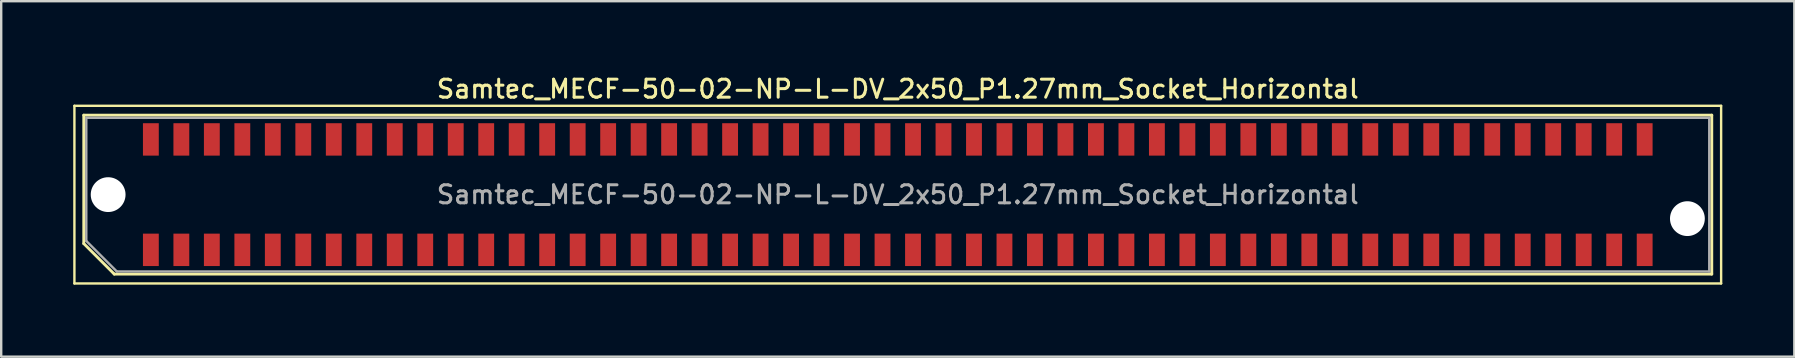
<source format=kicad_pcb>
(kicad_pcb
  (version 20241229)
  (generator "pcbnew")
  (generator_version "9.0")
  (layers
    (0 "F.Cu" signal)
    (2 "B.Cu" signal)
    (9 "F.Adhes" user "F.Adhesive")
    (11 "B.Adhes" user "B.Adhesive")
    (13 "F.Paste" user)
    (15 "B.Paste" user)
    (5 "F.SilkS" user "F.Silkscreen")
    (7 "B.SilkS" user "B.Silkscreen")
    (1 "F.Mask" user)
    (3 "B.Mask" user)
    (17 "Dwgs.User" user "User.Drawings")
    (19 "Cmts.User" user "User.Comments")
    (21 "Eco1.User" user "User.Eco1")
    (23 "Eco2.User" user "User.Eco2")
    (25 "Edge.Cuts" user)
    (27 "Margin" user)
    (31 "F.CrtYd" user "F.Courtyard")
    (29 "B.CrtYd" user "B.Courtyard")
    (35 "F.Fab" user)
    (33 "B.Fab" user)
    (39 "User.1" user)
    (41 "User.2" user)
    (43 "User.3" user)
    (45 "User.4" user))
  (footprint "Samtec_MECF-50-02-NP-L-DV_2x50_P1.27mm_Socket_Horizontal"
    (layer "F.Cu")
    (at 34.35 5.058)
    (property "Reference" "Samtec_MECF-50-02-NP-L-DV_2x50_P1.27mm_Socket_Horizontal" (at 0 -4.4 0) (layer "F.SilkS") (effects (font (size 0.75 0.75) (thickness 0.125))))
    (attr smd)
    (fp_line (start -34.3 -3.7) (end -34.3 3.7) (stroke (width 0.1) (type solid)) (layer "F.SilkS"))
    (fp_line (start -34.3 3.7) (end 34.3 3.7) (stroke (width 0.1) (type solid)) (layer "F.SilkS"))
    (fp_line (start -33.91 -3.31) (end 33.91 -3.31) (stroke (width 0.12) (type solid)) (layer "F.SilkS"))
    (fp_line (start -33.91 2.04) (end -33.91 -3.31) (stroke (width 0.12) (type solid)) (layer "F.SilkS"))
    (fp_line (start -32.64 3.31) (end -33.91 2.04) (stroke (width 0.12) (type solid)) (layer "F.SilkS"))
    (fp_line (start -32.64 3.31) (end 33.91 3.31) (stroke (width 0.12) (type solid)) (layer "F.SilkS"))
    (fp_line (start 33.91 3.31) (end 33.91 -3.31) (stroke (width 0.12) (type solid)) (layer "F.SilkS"))
    (fp_line (start 34.3 -3.7) (end -34.3 -3.7) (stroke (width 0.1) (type solid)) (layer "F.SilkS"))
    (fp_line (start 34.3 3.7) (end 34.3 -3.7) (stroke (width 0.1) (type solid)) (layer "F.SilkS"))
    (fp_line (start -33.805 -3.2) (end 33.805 -3.2) (stroke (width 0.1) (type solid)) (layer "F.Fab"))
    (fp_line (start -33.805 1.93) (end -33.805 -3.2) (stroke (width 0.1) (type solid)) (layer "F.Fab"))
    (fp_line (start -33.805 1.93) (end -32.535 3.2) (stroke (width 0.1) (type solid)) (layer "F.Fab"))
    (fp_line (start -32.535 3.2) (end 33.805 3.2) (stroke (width 0.1) (type solid)) (layer "F.Fab"))
    (fp_line (start 33.805 3.2) (end 33.805 -3.2) (stroke (width 0.1) (type solid)) (layer "F.Fab"))
    (fp_text user "${REFERENCE}" (at 0 0 0) (layer "F.Fab") (effects (font (size 0.75 0.75) (thickness 0.125))))
    (pad "" np_thru_hole circle (at -32.895 0) (size 1.45 1.45) (drill 1.45) (layers "*.Cu" "*.Mask"))
    (pad "" np_thru_hole circle (at 32.895 1) (size 1.45 1.45) (drill 1.45) (layers "*.Cu" "*.Mask"))
    (pad "1" smd rect (at -31.115 2.3) (size 0.66 1.35) (layers "F.Cu" "F.Mask" "F.Paste"))
    (pad "2" smd rect (at -31.115 -2.3) (size 0.66 1.35) (layers "F.Cu" "F.Mask" "F.Paste"))
    (pad "3" smd rect (at -29.845 2.3) (size 0.66 1.35) (layers "F.Cu" "F.Mask" "F.Paste"))
    (pad "4" smd rect (at -29.845 -2.3) (size 0.66 1.35) (layers "F.Cu" "F.Mask" "F.Paste"))
    (pad "5" smd rect (at -28.575 2.3) (size 0.66 1.35) (layers "F.Cu" "F.Mask" "F.Paste"))
    (pad "6" smd rect (at -28.575 -2.3) (size 0.66 1.35) (layers "F.Cu" "F.Mask" "F.Paste"))
    (pad "7" smd rect (at -27.305 2.3) (size 0.66 1.35) (layers "F.Cu" "F.Mask" "F.Paste"))
    (pad "8" smd rect (at -27.305 -2.3) (size 0.66 1.35) (layers "F.Cu" "F.Mask" "F.Paste"))
    (pad "9" smd rect (at -26.035 2.3) (size 0.66 1.35) (layers "F.Cu" "F.Mask" "F.Paste"))
    (pad "10" smd rect (at -26.035 -2.3) (size 0.66 1.35) (layers "F.Cu" "F.Mask" "F.Paste"))
    (pad "11" smd rect (at -24.765 2.3) (size 0.66 1.35) (layers "F.Cu" "F.Mask" "F.Paste"))
    (pad "12" smd rect (at -24.765 -2.3) (size 0.66 1.35) (layers "F.Cu" "F.Mask" "F.Paste"))
    (pad "13" smd rect (at -23.495 2.3) (size 0.66 1.35) (layers "F.Cu" "F.Mask" "F.Paste"))
    (pad "14" smd rect (at -23.495 -2.3) (size 0.66 1.35) (layers "F.Cu" "F.Mask" "F.Paste"))
    (pad "15" smd rect (at -22.225 2.3) (size 0.66 1.35) (layers "F.Cu" "F.Mask" "F.Paste"))
    (pad "16" smd rect (at -22.225 -2.3) (size 0.66 1.35) (layers "F.Cu" "F.Mask" "F.Paste"))
    (pad "17" smd rect (at -20.955 2.3) (size 0.66 1.35) (layers "F.Cu" "F.Mask" "F.Paste"))
    (pad "18" smd rect (at -20.955 -2.3) (size 0.66 1.35) (layers "F.Cu" "F.Mask" "F.Paste"))
    (pad "19" smd rect (at -19.685 2.3) (size 0.66 1.35) (layers "F.Cu" "F.Mask" "F.Paste"))
    (pad "20" smd rect (at -19.685 -2.3) (size 0.66 1.35) (layers "F.Cu" "F.Mask" "F.Paste"))
    (pad "21" smd rect (at -18.415 2.3) (size 0.66 1.35) (layers "F.Cu" "F.Mask" "F.Paste"))
    (pad "22" smd rect (at -18.415 -2.3) (size 0.66 1.35) (layers "F.Cu" "F.Mask" "F.Paste"))
    (pad "23" smd rect (at -17.145 2.3) (size 0.66 1.35) (layers "F.Cu" "F.Mask" "F.Paste"))
    (pad "24" smd rect (at -17.145 -2.3) (size 0.66 1.35) (layers "F.Cu" "F.Mask" "F.Paste"))
    (pad "25" smd rect (at -15.875 2.3) (size 0.66 1.35) (layers "F.Cu" "F.Mask" "F.Paste"))
    (pad "26" smd rect (at -15.875 -2.3) (size 0.66 1.35) (layers "F.Cu" "F.Mask" "F.Paste"))
    (pad "27" smd rect (at -14.605 2.3) (size 0.66 1.35) (layers "F.Cu" "F.Mask" "F.Paste"))
    (pad "28" smd rect (at -14.605 -2.3) (size 0.66 1.35) (layers "F.Cu" "F.Mask" "F.Paste"))
    (pad "29" smd rect (at -13.335 2.3) (size 0.66 1.35) (layers "F.Cu" "F.Mask" "F.Paste"))
    (pad "30" smd rect (at -13.335 -2.3) (size 0.66 1.35) (layers "F.Cu" "F.Mask" "F.Paste"))
    (pad "31" smd rect (at -12.065 2.3) (size 0.66 1.35) (layers "F.Cu" "F.Mask" "F.Paste"))
    (pad "32" smd rect (at -12.065 -2.3) (size 0.66 1.35) (layers "F.Cu" "F.Mask" "F.Paste"))
    (pad "33" smd rect (at -10.795 2.3) (size 0.66 1.35) (layers "F.Cu" "F.Mask" "F.Paste"))
    (pad "34" smd rect (at -10.795 -2.3) (size 0.66 1.35) (layers "F.Cu" "F.Mask" "F.Paste"))
    (pad "35" smd rect (at -9.525 2.3) (size 0.66 1.35) (layers "F.Cu" "F.Mask" "F.Paste"))
    (pad "36" smd rect (at -9.525 -2.3) (size 0.66 1.35) (layers "F.Cu" "F.Mask" "F.Paste"))
    (pad "37" smd rect (at -8.255 2.3) (size 0.66 1.35) (layers "F.Cu" "F.Mask" "F.Paste"))
    (pad "38" smd rect (at -8.255 -2.3) (size 0.66 1.35) (layers "F.Cu" "F.Mask" "F.Paste"))
    (pad "39" smd rect (at -6.985 2.3) (size 0.66 1.35) (layers "F.Cu" "F.Mask" "F.Paste"))
    (pad "40" smd rect (at -6.985 -2.3) (size 0.66 1.35) (layers "F.Cu" "F.Mask" "F.Paste"))
    (pad "41" smd rect (at -5.715 2.3) (size 0.66 1.35) (layers "F.Cu" "F.Mask" "F.Paste"))
    (pad "42" smd rect (at -5.715 -2.3) (size 0.66 1.35) (layers "F.Cu" "F.Mask" "F.Paste"))
    (pad "43" smd rect (at -4.445 2.3) (size 0.66 1.35) (layers "F.Cu" "F.Mask" "F.Paste"))
    (pad "44" smd rect (at -4.445 -2.3) (size 0.66 1.35) (layers "F.Cu" "F.Mask" "F.Paste"))
    (pad "45" smd rect (at -3.175 2.3) (size 0.66 1.35) (layers "F.Cu" "F.Mask" "F.Paste"))
    (pad "46" smd rect (at -3.175 -2.3) (size 0.66 1.35) (layers "F.Cu" "F.Mask" "F.Paste"))
    (pad "47" smd rect (at -1.905 2.3) (size 0.66 1.35) (layers "F.Cu" "F.Mask" "F.Paste"))
    (pad "48" smd rect (at -1.905 -2.3) (size 0.66 1.35) (layers "F.Cu" "F.Mask" "F.Paste"))
    (pad "49" smd rect (at -0.635 2.3) (size 0.66 1.35) (layers "F.Cu" "F.Mask" "F.Paste"))
    (pad "50" smd rect (at -0.635 -2.3) (size 0.66 1.35) (layers "F.Cu" "F.Mask" "F.Paste"))
    (pad "51" smd rect (at 0.635 2.3) (size 0.66 1.35) (layers "F.Cu" "F.Mask" "F.Paste"))
    (pad "52" smd rect (at 0.635 -2.3) (size 0.66 1.35) (layers "F.Cu" "F.Mask" "F.Paste"))
    (pad "53" smd rect (at 1.905 2.3) (size 0.66 1.35) (layers "F.Cu" "F.Mask" "F.Paste"))
    (pad "54" smd rect (at 1.905 -2.3) (size 0.66 1.35) (layers "F.Cu" "F.Mask" "F.Paste"))
    (pad "55" smd rect (at 3.175 2.3) (size 0.66 1.35) (layers "F.Cu" "F.Mask" "F.Paste"))
    (pad "56" smd rect (at 3.175 -2.3) (size 0.66 1.35) (layers "F.Cu" "F.Mask" "F.Paste"))
    (pad "57" smd rect (at 4.445 2.3) (size 0.66 1.35) (layers "F.Cu" "F.Mask" "F.Paste"))
    (pad "58" smd rect (at 4.445 -2.3) (size 0.66 1.35) (layers "F.Cu" "F.Mask" "F.Paste"))
    (pad "59" smd rect (at 5.715 2.3) (size 0.66 1.35) (layers "F.Cu" "F.Mask" "F.Paste"))
    (pad "60" smd rect (at 5.715 -2.3) (size 0.66 1.35) (layers "F.Cu" "F.Mask" "F.Paste"))
    (pad "61" smd rect (at 6.985 2.3) (size 0.66 1.35) (layers "F.Cu" "F.Mask" "F.Paste"))
    (pad "62" smd rect (at 6.985 -2.3) (size 0.66 1.35) (layers "F.Cu" "F.Mask" "F.Paste"))
    (pad "63" smd rect (at 8.255 2.3) (size 0.66 1.35) (layers "F.Cu" "F.Mask" "F.Paste"))
    (pad "64" smd rect (at 8.255 -2.3) (size 0.66 1.35) (layers "F.Cu" "F.Mask" "F.Paste"))
    (pad "65" smd rect (at 9.525 2.3) (size 0.66 1.35) (layers "F.Cu" "F.Mask" "F.Paste"))
    (pad "66" smd rect (at 9.525 -2.3) (size 0.66 1.35) (layers "F.Cu" "F.Mask" "F.Paste"))
    (pad "67" smd rect (at 10.795 2.3) (size 0.66 1.35) (layers "F.Cu" "F.Mask" "F.Paste"))
    (pad "68" smd rect (at 10.795 -2.3) (size 0.66 1.35) (layers "F.Cu" "F.Mask" "F.Paste"))
    (pad "69" smd rect (at 12.065 2.3) (size 0.66 1.35) (layers "F.Cu" "F.Mask" "F.Paste"))
    (pad "70" smd rect (at 12.065 -2.3) (size 0.66 1.35) (layers "F.Cu" "F.Mask" "F.Paste"))
    (pad "71" smd rect (at 13.335 2.3) (size 0.66 1.35) (layers "F.Cu" "F.Mask" "F.Paste"))
    (pad "72" smd rect (at 13.335 -2.3) (size 0.66 1.35) (layers "F.Cu" "F.Mask" "F.Paste"))
    (pad "73" smd rect (at 14.605 2.3) (size 0.66 1.35) (layers "F.Cu" "F.Mask" "F.Paste"))
    (pad "74" smd rect (at 14.605 -2.3) (size 0.66 1.35) (layers "F.Cu" "F.Mask" "F.Paste"))
    (pad "75" smd rect (at 15.875 2.3) (size 0.66 1.35) (layers "F.Cu" "F.Mask" "F.Paste"))
    (pad "76" smd rect (at 15.875 -2.3) (size 0.66 1.35) (layers "F.Cu" "F.Mask" "F.Paste"))
    (pad "77" smd rect (at 17.145 2.3) (size 0.66 1.35) (layers "F.Cu" "F.Mask" "F.Paste"))
    (pad "78" smd rect (at 17.145 -2.3) (size 0.66 1.35) (layers "F.Cu" "F.Mask" "F.Paste"))
    (pad "79" smd rect (at 18.415 2.3) (size 0.66 1.35) (layers "F.Cu" "F.Mask" "F.Paste"))
    (pad "80" smd rect (at 18.415 -2.3) (size 0.66 1.35) (layers "F.Cu" "F.Mask" "F.Paste"))
    (pad "81" smd rect (at 19.685 2.3) (size 0.66 1.35) (layers "F.Cu" "F.Mask" "F.Paste"))
    (pad "82" smd rect (at 19.685 -2.3) (size 0.66 1.35) (layers "F.Cu" "F.Mask" "F.Paste"))
    (pad "83" smd rect (at 20.955 2.3) (size 0.66 1.35) (layers "F.Cu" "F.Mask" "F.Paste"))
    (pad "84" smd rect (at 20.955 -2.3) (size 0.66 1.35) (layers "F.Cu" "F.Mask" "F.Paste"))
    (pad "85" smd rect (at 22.225 2.3) (size 0.66 1.35) (layers "F.Cu" "F.Mask" "F.Paste"))
    (pad "86" smd rect (at 22.225 -2.3) (size 0.66 1.35) (layers "F.Cu" "F.Mask" "F.Paste"))
    (pad "87" smd rect (at 23.495 2.3) (size 0.66 1.35) (layers "F.Cu" "F.Mask" "F.Paste"))
    (pad "88" smd rect (at 23.495 -2.3) (size 0.66 1.35) (layers "F.Cu" "F.Mask" "F.Paste"))
    (pad "89" smd rect (at 24.765 2.3) (size 0.66 1.35) (layers "F.Cu" "F.Mask" "F.Paste"))
    (pad "90" smd rect (at 24.765 -2.3) (size 0.66 1.35) (layers "F.Cu" "F.Mask" "F.Paste"))
    (pad "91" smd rect (at 26.035 2.3) (size 0.66 1.35) (layers "F.Cu" "F.Mask" "F.Paste"))
    (pad "92" smd rect (at 26.035 -2.3) (size 0.66 1.35) (layers "F.Cu" "F.Mask" "F.Paste"))
    (pad "93" smd rect (at 27.305 2.3) (size 0.66 1.35) (layers "F.Cu" "F.Mask" "F.Paste"))
    (pad "94" smd rect (at 27.305 -2.3) (size 0.66 1.35) (layers "F.Cu" "F.Mask" "F.Paste"))
    (pad "95" smd rect (at 28.575 2.3) (size 0.66 1.35) (layers "F.Cu" "F.Mask" "F.Paste"))
    (pad "96" smd rect (at 28.575 -2.3) (size 0.66 1.35) (layers "F.Cu" "F.Mask" "F.Paste"))
    (pad "97" smd rect (at 29.845 2.3) (size 0.66 1.35) (layers "F.Cu" "F.Mask" "F.Paste"))
    (pad "98" smd rect (at 29.845 -2.3) (size 0.66 1.35) (layers "F.Cu" "F.Mask" "F.Paste"))
    (pad "99" smd rect (at 31.115 2.3) (size 0.66 1.35) (layers "F.Cu" "F.Mask" "F.Paste"))
    (pad "100" smd rect (at 31.115 -2.3) (size 0.66 1.35) (layers "F.Cu" "F.Mask" "F.Paste")))
  (gr_rect
    (start -3 -3)
    (end 71.7 11.808)
    (stroke (width 0.1) (type default))
    (fill no)
    (layer "Edge.Cuts")))
</source>
